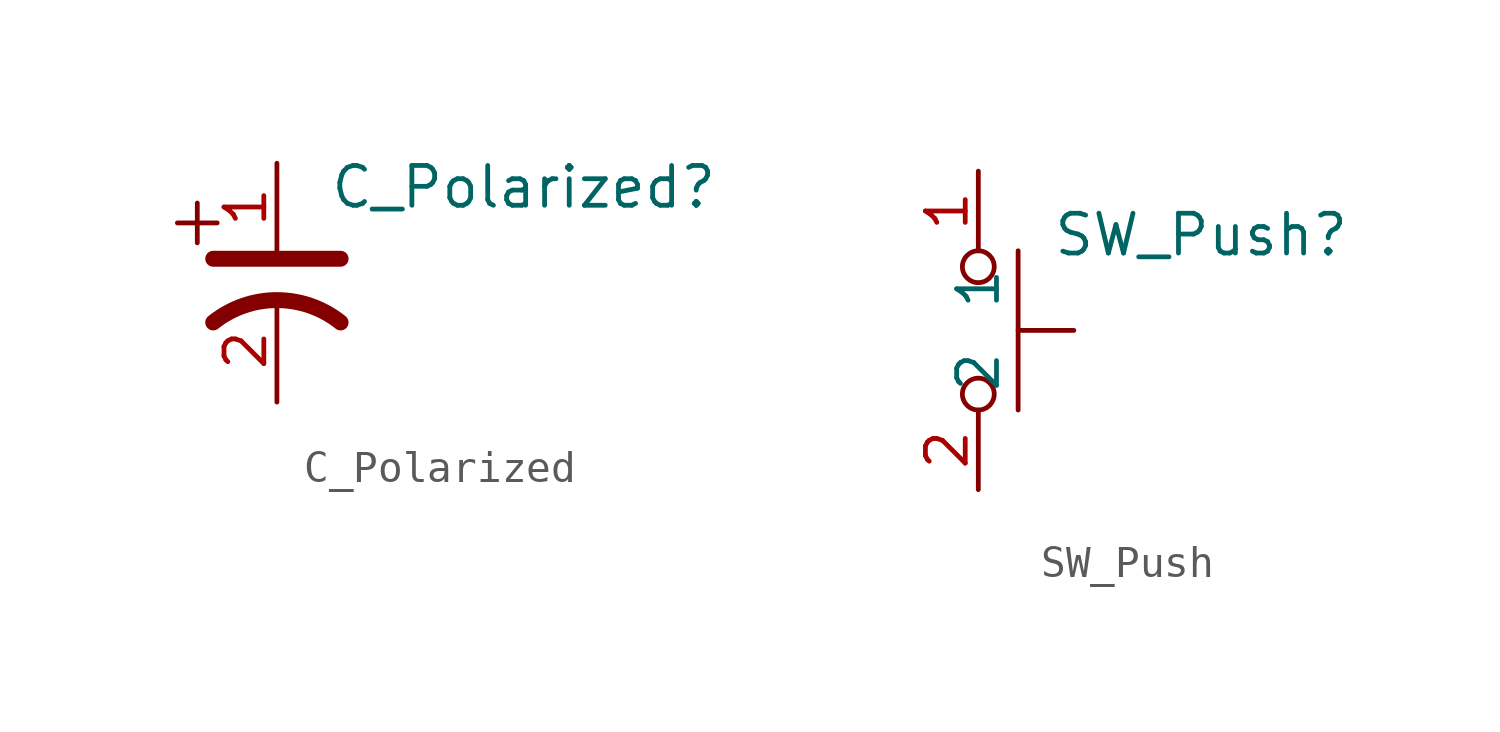
<source format=kicad_sym>
(kicad_symbol_lib
  (version 20231120)
  (generator "kicad_symbol_editor")
  (generator_version "8.0")
  (symbol "C_Polarized"
    (property "Reference" "C_Polarized"
      (at 7.874 3.048 0)
      (effects (font (size 1.27 1.27))))
    (property "Value" ""
      (at 0 0 0)
      (effects (font (size 1.27 1.27))))
    (symbol "C_Polarized_0_1"
      (polyline (pts (xy -3.175 1.905) (xy -1.905 1.905)) (stroke (width 0) (type default)) (fill (type none)))
      (polyline (pts (xy -2.54 1.27) (xy -2.54 2.54)) (stroke (width 0) (type default)) (fill (type none)))
      (polyline (pts (xy -2.032 0.762) (xy 2.032 0.762)) (stroke (width 0.508) (type default)) (fill (type none)))
      (arc (start 2.032 -1.27) (mid 0 -0.5572) (end -2.032 -1.27) (stroke (width 0.508) (type default)) (fill (type none))))
    (symbol "C_Polarized_1_1"
      (pin passive line (at 0 3.81 270) (length 2.794) (name "~" (effects (font (size 1.27 1.27)))) (number "1" (effects (font (size 1.27 1.27)))))
      (pin passive line (at 0 -3.81 90) (length 3.302) (name "~" (effects (font (size 1.27 1.27)))) (number "2" (effects (font (size 1.27 1.27)))))))
  (symbol "SW_Push"
    (property "Reference" "SW_Push"
      (at 5.842 3.048 0)
      (effects (font (size 1.27 1.27))))
    (property "Value" ""
      (at -1.27 0 90)
      (effects (font (size 1.27 1.27))))
    (symbol "SW_Push_0_1"
      (circle (center -1.27 -2.032) (radius 0.508) (stroke (width 0) (type default)) (fill (type none)))
      (circle (center -1.27 2.032) (radius 0.508) (stroke (width 0) (type default)) (fill (type none)))
      (polyline (pts (xy 0 -2.54) (xy 0 2.54)) (stroke (width 0) (type default)) (fill (type none)))
      (polyline (pts (xy 0 0) (xy 1.778 0)) (stroke (width 0) (type default)) (fill (type none)))
      (pin passive line (at -1.27 5.08 270) (length 2.54) (name "1" (effects (font (size 1.27 1.27)))) (number "1" (effects (font (size 1.27 1.27)))))
      (pin passive line (at -1.27 -5.08 90) (length 2.54) (name "2" (effects (font (size 1.27 1.27)))) (number "2" (effects (font (size 1.27 1.27))))))))
</source>
